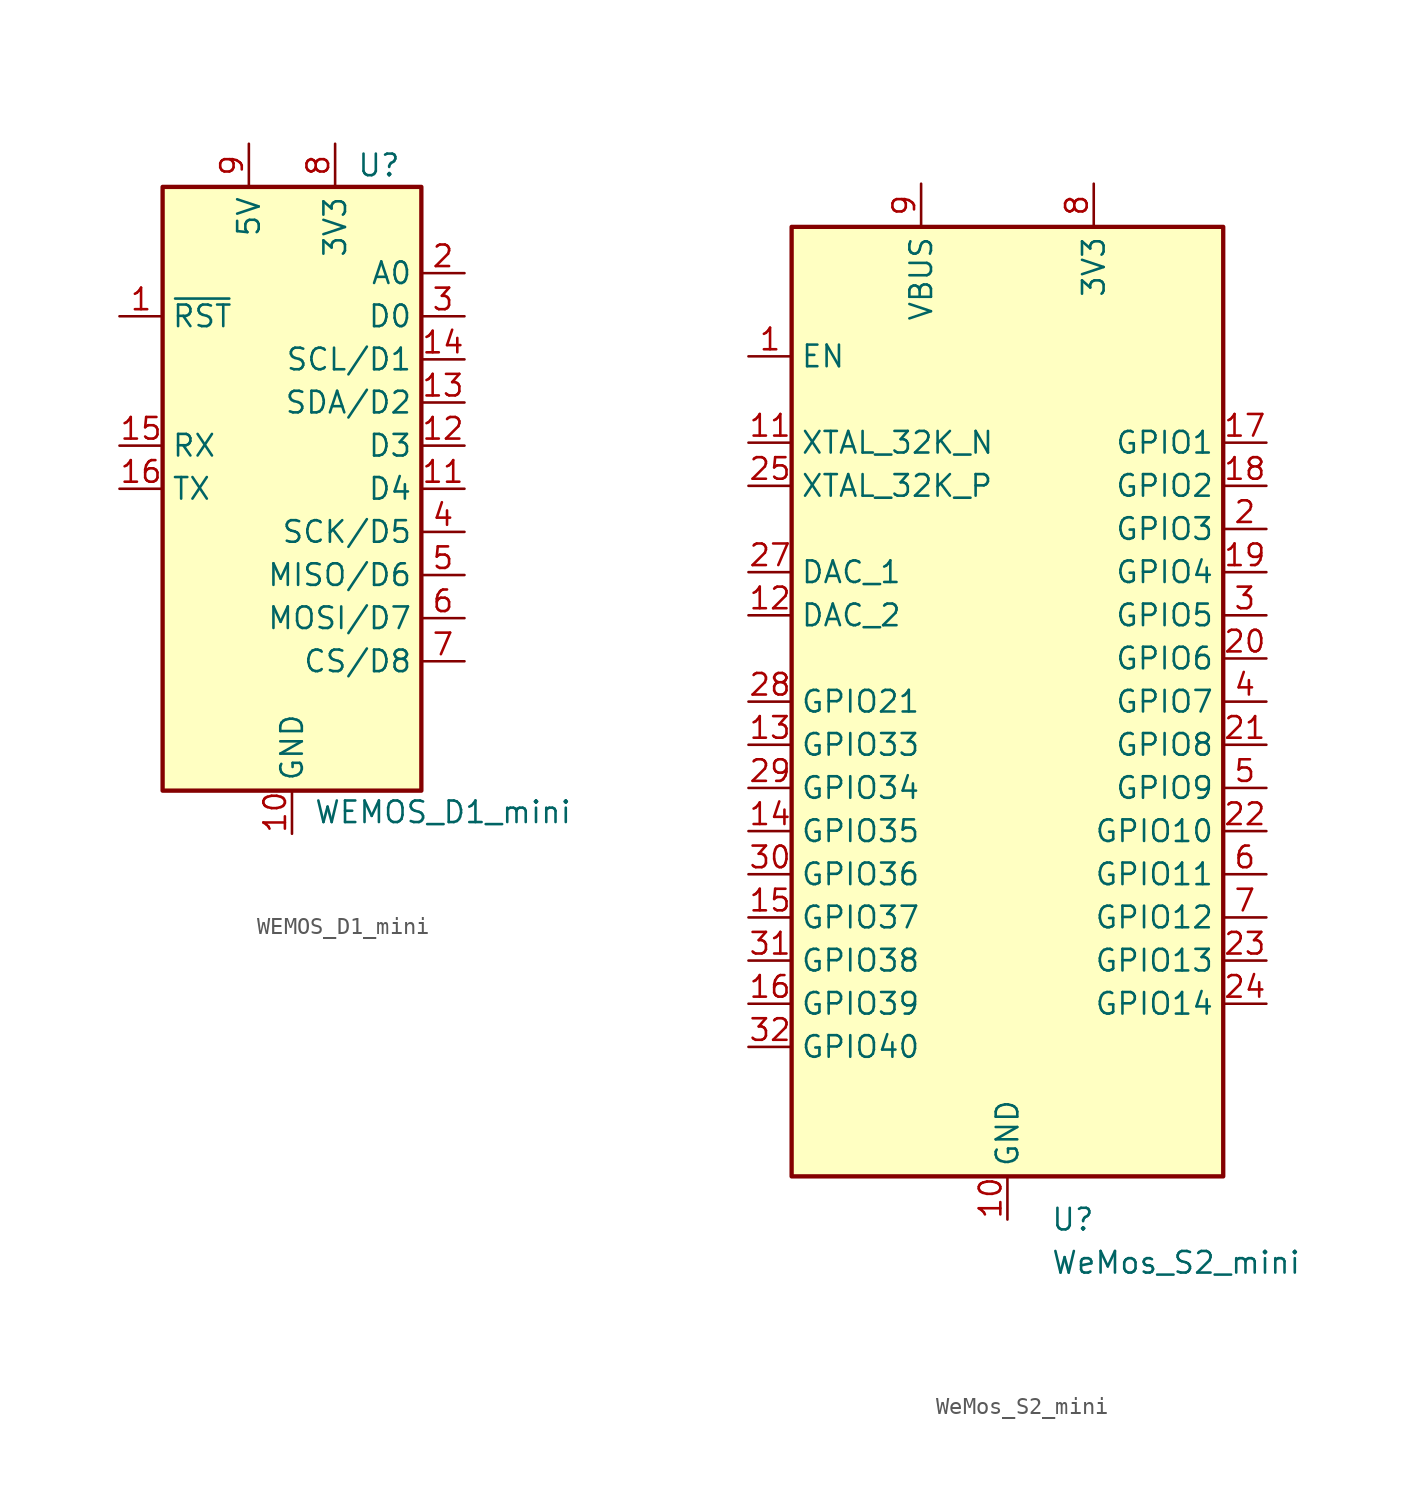
<source format=kicad_sym>
(kicad_symbol_lib
  (version 20241209)
  (generator "kicad_symbol_editor")
  (generator_version "9.0")
  (symbol "WEMOS_D1_mini"
    (property "Reference" "U"
      (at 3.81 19.05 0)
      (effects (font (size 1.27 1.27)) (justify left)))
    (property "Value" "WEMOS_D1_mini"
      (at 1.27 -19.05 0)
      (effects (font (size 1.27 1.27)) (justify left)))
    (symbol "WEMOS_D1_mini_1_1"
      (rectangle (start -7.62 17.78) (end 7.62 -17.78) (stroke (width 0.254) (type default)) (fill (type background)))
      (pin input line (at -10.16 10.16 0) (length 2.54) (name "~{RST}" (effects (font (size 1.27 1.27)))) (number "1" (effects (font (size 1.27 1.27)))))
      (pin input line (at -10.16 2.54 0) (length 2.54) (name "RX" (effects (font (size 1.27 1.27)))) (number "15" (effects (font (size 1.27 1.27)))))
      (pin output line (at -10.16 0 0) (length 2.54) (name "TX" (effects (font (size 1.27 1.27)))) (number "16" (effects (font (size 1.27 1.27)))))
      (pin power_in line (at -2.54 20.32 270) (length 2.54) (name "5V" (effects (font (size 1.27 1.27)))) (number "9" (effects (font (size 1.27 1.27)))))
      (pin power_in line (at 0 -20.32 90) (length 2.54) (name "GND" (effects (font (size 1.27 1.27)))) (number "10" (effects (font (size 1.27 1.27)))))
      (pin power_out line (at 2.54 20.32 270) (length 2.54) (name "3V3" (effects (font (size 1.27 1.27)))) (number "8" (effects (font (size 1.27 1.27)))))
      (pin input line (at 10.16 12.7 180) (length 2.54) (name "A0" (effects (font (size 1.27 1.27)))) (number "2" (effects (font (size 1.27 1.27)))))
      (pin bidirectional line (at 10.16 10.16 180) (length 2.54) (name "D0" (effects (font (size 1.27 1.27)))) (number "3" (effects (font (size 1.27 1.27)))))
      (pin bidirectional line (at 10.16 7.62 180) (length 2.54) (name "SCL/D1" (effects (font (size 1.27 1.27)))) (number "14" (effects (font (size 1.27 1.27)))))
      (pin bidirectional line (at 10.16 5.08 180) (length 2.54) (name "SDA/D2" (effects (font (size 1.27 1.27)))) (number "13" (effects (font (size 1.27 1.27)))))
      (pin bidirectional line (at 10.16 2.54 180) (length 2.54) (name "D3" (effects (font (size 1.27 1.27)))) (number "12" (effects (font (size 1.27 1.27)))))
      (pin bidirectional line (at 10.16 0 180) (length 2.54) (name "D4" (effects (font (size 1.27 1.27)))) (number "11" (effects (font (size 1.27 1.27)))))
      (pin bidirectional line (at 10.16 -2.54 180) (length 2.54) (name "SCK/D5" (effects (font (size 1.27 1.27)))) (number "4" (effects (font (size 1.27 1.27)))))
      (pin bidirectional line (at 10.16 -5.08 180) (length 2.54) (name "MISO/D6" (effects (font (size 1.27 1.27)))) (number "5" (effects (font (size 1.27 1.27)))))
      (pin bidirectional line (at 10.16 -7.62 180) (length 2.54) (name "MOSI/D7" (effects (font (size 1.27 1.27)))) (number "6" (effects (font (size 1.27 1.27)))))
      (pin bidirectional line (at 10.16 -10.16 180) (length 2.54) (name "CS/D8" (effects (font (size 1.27 1.27)))) (number "7" (effects (font (size 1.27 1.27)))))))
  (symbol "WeMos_S2_mini"
    (property "Reference" "U"
      (at 2.54 -30.48 0)
      (effects (font (size 1.27 1.27)) (justify left)))
    (property "Value" "WeMos_S2_mini"
      (at 2.54 -33.02 0)
      (effects (font (size 1.27 1.27)) (justify left)))
    (symbol "WeMos_S2_mini_1_1"
      (rectangle (start -12.7 27.94) (end 12.7 -27.94) (stroke (width 0.254) (type default)) (fill (type background)))
      (pin input line (at -15.24 20.32 0) (length 2.54) (name "EN" (effects (font (size 1.27 1.27)))) (number "1" (effects (font (size 1.27 1.27)))) (alternate "~{RST}" input line))
      (pin input line (at -15.24 15.24 0) (length 2.54) (name "XTAL_32K_N" (effects (font (size 1.27 1.27)))) (number "11" (effects (font (size 1.27 1.27)))) (alternate "ADC2_CH5" input line) (alternate "GPIO16" bidirectional line) (alternate "U0CTS" input line))
      (pin output line (at -15.24 12.7 0) (length 2.54) (name "XTAL_32K_P" (effects (font (size 1.27 1.27)))) (number "25" (effects (font (size 1.27 1.27)))) (alternate "ADC2_CH4" input line) (alternate "GPIO15" bidirectional line) (alternate "U0RTS" output line))
      (pin output line (at -15.24 7.62 0) (length 2.54) (name "DAC_1" (effects (font (size 1.27 1.27)))) (number "27" (effects (font (size 1.27 1.27)))) (alternate "ADC2_CH6" input line) (alternate "GPIO17" bidirectional line) (alternate "U1TXD" output line))
      (pin output line (at -15.24 5.08 0) (length 2.54) (name "DAC_2" (effects (font (size 1.27 1.27)))) (number "12" (effects (font (size 1.27 1.27)))) (alternate "ADC2_CH7" input line) (alternate "CLK_OUT3" tri_state line) (alternate "GPIO18" bidirectional line) (alternate "U1RXD" input line))
      (pin bidirectional line (at -15.24 0 0) (length 2.54) (name "GPIO21" (effects (font (size 1.27 1.27)))) (number "28" (effects (font (size 1.27 1.27)))))
      (pin bidirectional line (at -15.24 -2.54 0) (length 2.54) (name "GPIO33" (effects (font (size 1.27 1.27)))) (number "13" (effects (font (size 1.27 1.27)))) (alternate "FSPIHD" bidirectional line) (alternate "SPIIO4" bidirectional line))
      (pin bidirectional line (at -15.24 -5.08 0) (length 2.54) (name "GPIO34" (effects (font (size 1.27 1.27)))) (number "29" (effects (font (size 1.27 1.27)))) (alternate "FSPICS0" bidirectional line) (alternate "SPIIO5" bidirectional line))
      (pin bidirectional line (at -15.24 -7.62 0) (length 2.54) (name "GPIO35" (effects (font (size 1.27 1.27)))) (number "14" (effects (font (size 1.27 1.27)))) (alternate "FSPID" bidirectional line) (alternate "SPIIO6" bidirectional line))
      (pin bidirectional line (at -15.24 -10.16 0) (length 2.54) (name "GPIO36" (effects (font (size 1.27 1.27)))) (number "30" (effects (font (size 1.27 1.27)))) (alternate "FSPICLK" bidirectional line) (alternate "FSPIIO7" bidirectional line))
      (pin bidirectional line (at -15.24 -12.7 0) (length 2.54) (name "GPIO37" (effects (font (size 1.27 1.27)))) (number "15" (effects (font (size 1.27 1.27)))) (alternate "FSPIQ" bidirectional line) (alternate "SPIDQS" bidirectional line))
      (pin bidirectional line (at -15.24 -15.24 0) (length 2.54) (name "GPIO38" (effects (font (size 1.27 1.27)))) (number "31" (effects (font (size 1.27 1.27)))) (alternate "FSPIWP" bidirectional line))
      (pin bidirectional line (at -15.24 -17.78 0) (length 2.54) (name "GPIO39" (effects (font (size 1.27 1.27)))) (number "16" (effects (font (size 1.27 1.27)))) (alternate "CLK_OUT3" tri_state line) (alternate "MTCK" output line))
      (pin bidirectional line (at -15.24 -20.32 0) (length 2.54) (name "GPIO40" (effects (font (size 1.27 1.27)))) (number "32" (effects (font (size 1.27 1.27)))) (alternate "CLK_OUT2" tri_state line) (alternate "MTDO" output line))
      (pin power_out line (at -5.08 30.48 270) (length 2.54) (name "VBUS" (effects (font (size 1.27 1.27)))) (number "9" (effects (font (size 1.27 1.27)))))
      (pin power_in line (at 0 -30.48 90) (length 2.54) (name "GND" (effects (font (size 1.27 1.27)))) (number "10" (effects (font (size 1.27 1.27)))))
      (pin passive line (at 0 -30.48 90) (length 2.54) (hide yes) (name "GND" (effects (font (size 1.27 1.27)))) (number "26" (effects (font (size 1.27 1.27)))))
      (pin power_out line (at 5.08 30.48 270) (length 2.54) (name "3V3" (effects (font (size 1.27 1.27)))) (number "8" (effects (font (size 1.27 1.27)))))
      (pin bidirectional line (at 15.24 15.24 180) (length 2.54) (name "GPIO1" (effects (font (size 1.27 1.27)))) (number "17" (effects (font (size 1.27 1.27)))) (alternate "ADC1_CH0" input line) (alternate "TOUCH1" input line))
      (pin bidirectional line (at 15.24 12.7 180) (length 2.54) (name "GPIO2" (effects (font (size 1.27 1.27)))) (number "18" (effects (font (size 1.27 1.27)))) (alternate "ADC1_CH1" input line) (alternate "TOUCH2" input line))
      (pin bidirectional line (at 15.24 10.16 180) (length 2.54) (name "GPIO3" (effects (font (size 1.27 1.27)))) (number "2" (effects (font (size 1.27 1.27)))) (alternate "ADC1_CH2" input line) (alternate "TOUCH3" input line))
      (pin bidirectional line (at 15.24 7.62 180) (length 2.54) (name "GPIO4" (effects (font (size 1.27 1.27)))) (number "19" (effects (font (size 1.27 1.27)))) (alternate "ADC1_CH3" input line) (alternate "TOUCH4" input line))
      (pin bidirectional line (at 15.24 5.08 180) (length 2.54) (name "GPIO5" (effects (font (size 1.27 1.27)))) (number "3" (effects (font (size 1.27 1.27)))) (alternate "ADC1_CH4" input line) (alternate "TOUCH5" input line))
      (pin bidirectional line (at 15.24 2.54 180) (length 2.54) (name "GPIO6" (effects (font (size 1.27 1.27)))) (number "20" (effects (font (size 1.27 1.27)))) (alternate "ADC1_CH5" input line) (alternate "TOUCH6" input line))
      (pin bidirectional line (at 15.24 0 180) (length 2.54) (name "GPIO7" (effects (font (size 1.27 1.27)))) (number "4" (effects (font (size 1.27 1.27)))) (alternate "ADC1_CH6" input line) (alternate "TOUCH7" input line))
      (pin bidirectional line (at 15.24 -2.54 180) (length 2.54) (name "GPIO8" (effects (font (size 1.27 1.27)))) (number "21" (effects (font (size 1.27 1.27)))) (alternate "ADC1_CH7" input line) (alternate "TOUCH8" input line))
      (pin bidirectional line (at 15.24 -5.08 180) (length 2.54) (name "GPIO9" (effects (font (size 1.27 1.27)))) (number "5" (effects (font (size 1.27 1.27)))) (alternate "ADC1_CH8" input line) (alternate "FSPIHD" bidirectional line) (alternate "TOUCH9" input line))
      (pin bidirectional line (at 15.24 -7.62 180) (length 2.54) (name "GPIO10" (effects (font (size 1.27 1.27)))) (number "22" (effects (font (size 1.27 1.27)))) (alternate "ADC1_CH9" input line) (alternate "FSPICS0" bidirectional line) (alternate "FSPIIO4" bidirectional line) (alternate "TOUCH10" input line))
      (pin bidirectional line (at 15.24 -10.16 180) (length 2.54) (name "GPIO11" (effects (font (size 1.27 1.27)))) (number "6" (effects (font (size 1.27 1.27)))) (alternate "ADC2_CH0" input line) (alternate "FSPID" bidirectional line) (alternate "FSPIIO5" bidirectional line) (alternate "TOUCH11" input line))
      (pin bidirectional line (at 15.24 -12.7 180) (length 2.54) (name "GPIO12" (effects (font (size 1.27 1.27)))) (number "7" (effects (font (size 1.27 1.27)))) (alternate "ADC2_CH1" input line) (alternate "FSPICLK" bidirectional line) (alternate "FSPIIO6" bidirectional line) (alternate "TOUCH12" input line))
      (pin bidirectional line (at 15.24 -15.24 180) (length 2.54) (name "GPIO13" (effects (font (size 1.27 1.27)))) (number "23" (effects (font (size 1.27 1.27)))) (alternate "ADC2_CH2" input line) (alternate "FSPIIO7" bidirectional line) (alternate "FSPIQ" bidirectional line) (alternate "TOUCH13" input line))
      (pin bidirectional line (at 15.24 -17.78 180) (length 2.54) (name "GPIO14" (effects (font (size 1.27 1.27)))) (number "24" (effects (font (size 1.27 1.27)))) (alternate "ADC2_CH3" input line) (alternate "FSPIDQS" bidirectional line) (alternate "FSPIWP" bidirectional line) (alternate "TOUCH14" input line)))))
</source>
